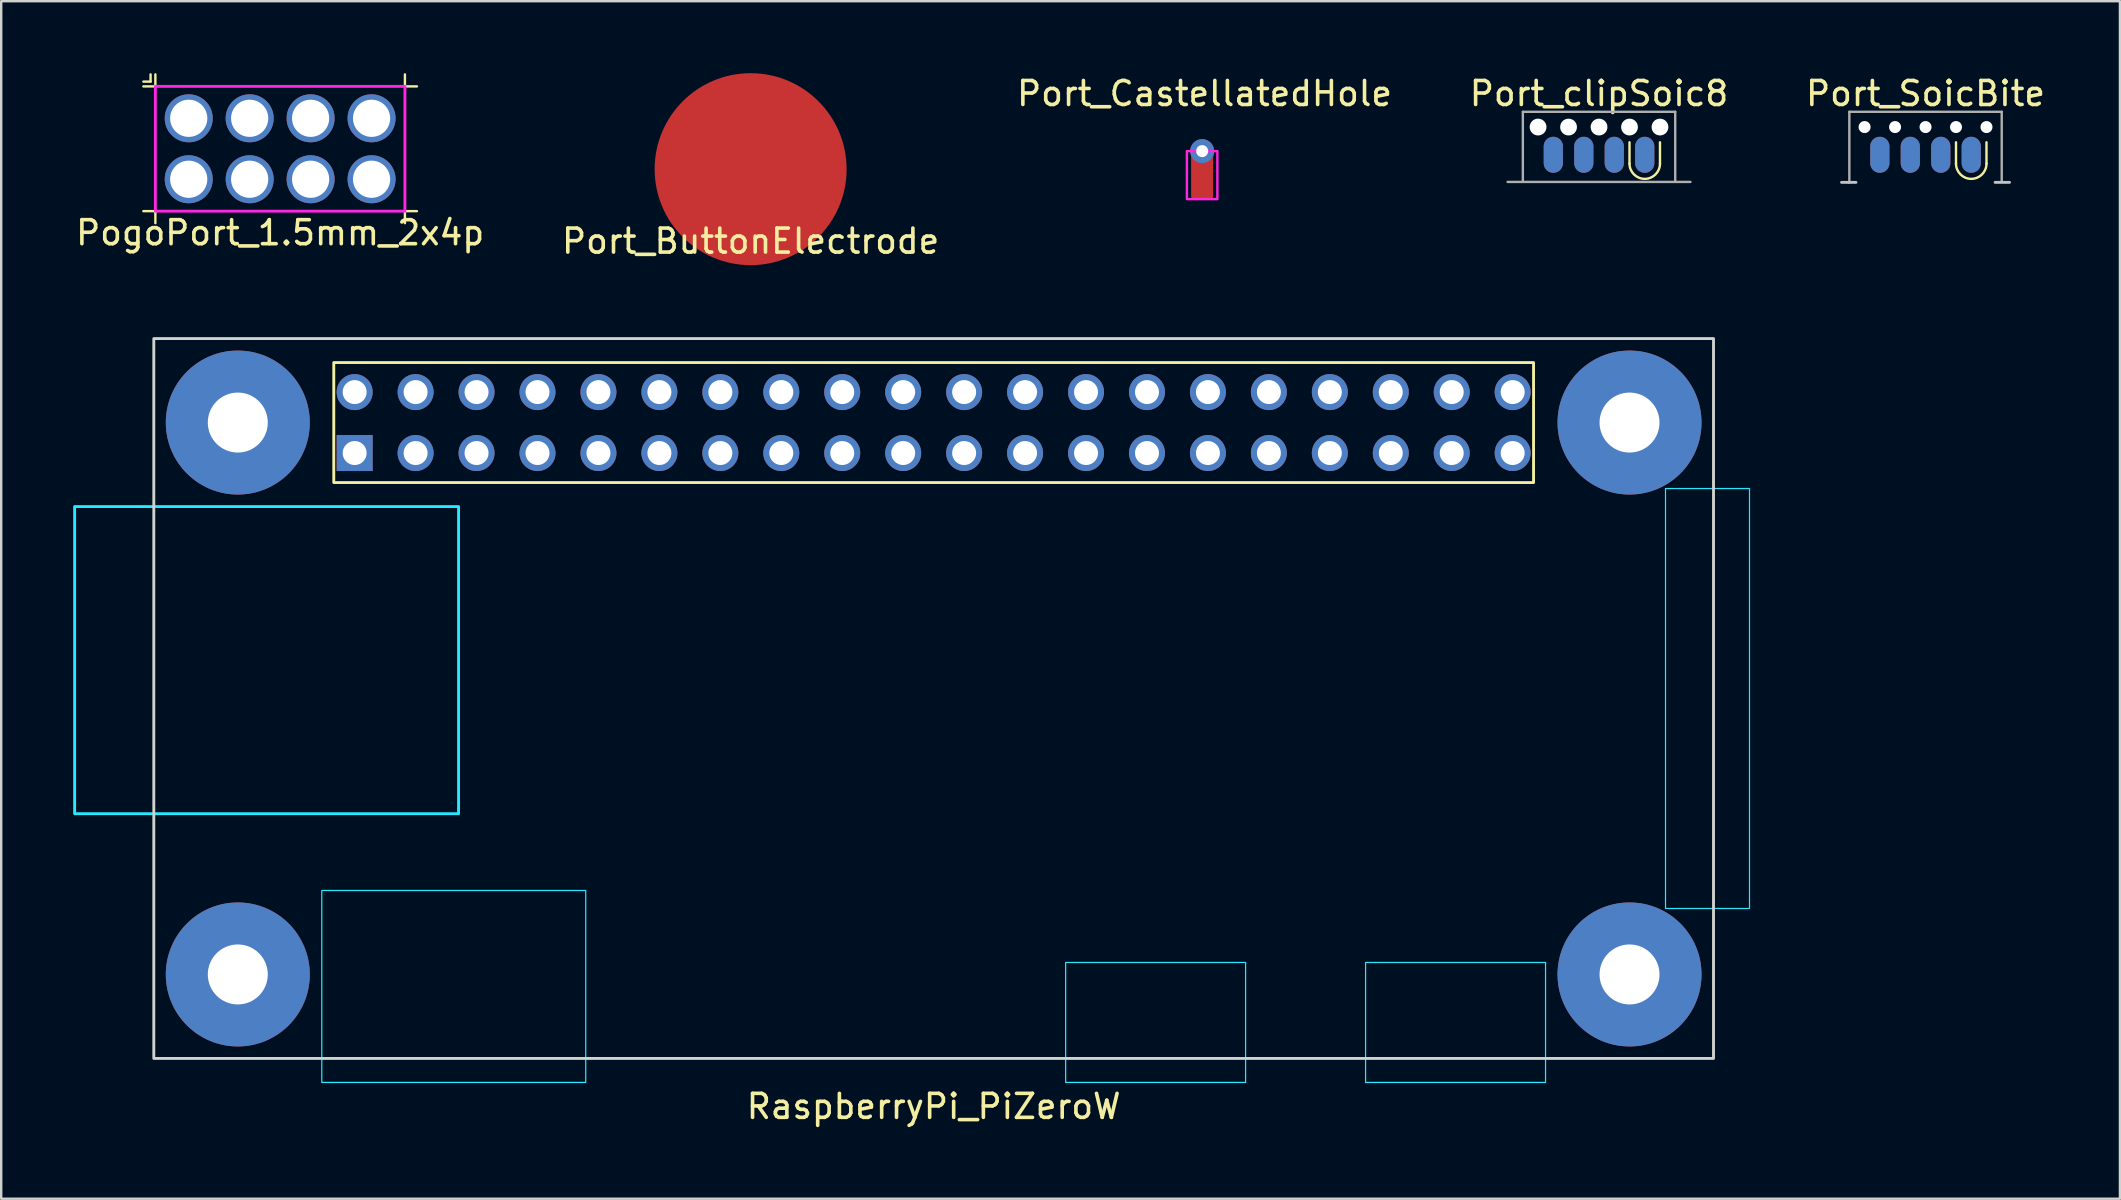
<source format=kicad_pcb>
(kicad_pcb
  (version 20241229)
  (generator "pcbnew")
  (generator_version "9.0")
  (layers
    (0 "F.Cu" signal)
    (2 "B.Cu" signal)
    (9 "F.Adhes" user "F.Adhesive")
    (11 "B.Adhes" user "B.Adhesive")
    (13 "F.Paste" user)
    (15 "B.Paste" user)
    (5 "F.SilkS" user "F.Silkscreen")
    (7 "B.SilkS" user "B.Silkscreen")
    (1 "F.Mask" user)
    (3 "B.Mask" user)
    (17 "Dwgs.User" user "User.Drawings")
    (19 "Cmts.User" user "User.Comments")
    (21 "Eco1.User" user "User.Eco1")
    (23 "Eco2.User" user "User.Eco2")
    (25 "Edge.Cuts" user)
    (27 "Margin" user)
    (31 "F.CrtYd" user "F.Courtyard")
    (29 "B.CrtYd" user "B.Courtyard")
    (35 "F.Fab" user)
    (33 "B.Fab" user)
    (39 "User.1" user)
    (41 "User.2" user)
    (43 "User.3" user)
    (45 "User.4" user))
  (footprint "Port_clipSoic8"
    (layer "F.Cu")
    (at 63.589 4.15)
    (property "Reference" "Port_clipSoic8" (at 0 -3.302 0) (layer "F.SilkS") (effects (font (size 1 1) (thickness 0.15))))
    (attr through_hole)
    (fp_line (start 1.27 -0.381) (end 1.27 -1.27) (stroke (width 0.1) (type solid)) (layer "F.SilkS"))
    (fp_line (start 2.54 -0.381) (end 2.54 -1.27) (stroke (width 0.1) (type solid)) (layer "F.SilkS"))
    (fp_arc (start 2.54 -0.381) (mid 1.905 0.254) (end 1.27 -0.381) (stroke (width 0.1) (type solid)) (layer "F.SilkS"))
    (fp_line (start -3.81 0.381) (end 3.81 0.381) (stroke (width 0.1) (type solid)) (layer "F.Fab"))
    (fp_line (start -3.175 -2.54) (end -3.175 0.381) (stroke (width 0.1) (type solid)) (layer "F.Fab"))
    (fp_line (start 3.175 -2.54) (end -3.175 -2.54) (stroke (width 0.1) (type solid)) (layer "F.Fab"))
    (fp_line (start 3.175 0.381) (end 3.175 -2.54) (stroke (width 0.1) (type solid)) (layer "F.Fab"))
    (pad "" np_thru_hole circle (at -2.54 -1.905) (size 0.7 0.7) (drill 0.7) (layers "*.Cu" "*.Mask"))
    (pad "" np_thru_hole circle (at -1.27 -1.905) (size 0.7 0.7) (drill 0.7) (layers "*.Cu" "*.Mask"))
    (pad "" np_thru_hole circle (at 0 -1.905) (size 0.7 0.7) (drill 0.7) (layers "*.Cu" "*.Mask"))
    (pad "" np_thru_hole circle (at 1.27 -1.905) (size 0.7 0.7) (drill 0.7) (layers "*.Cu" "*.Mask"))
    (pad "" np_thru_hole circle (at 2.54 -1.905) (size 0.7 0.7) (drill 0.7) (layers "*.Cu" "*.Mask"))
    (pad "1" smd oval (at 1.905 -0.75) (size 0.8 1.5) (layers "F.Cu" "F.Mask"))
    (pad "2" smd oval (at 0.635 -0.75) (size 0.8 1.5) (layers "F.Cu" "F.Mask"))
    (pad "3" smd oval (at -0.635 -0.75) (size 0.8 1.5) (layers "F.Cu" "F.Mask"))
    (pad "4" smd oval (at -1.905 -0.75) (size 0.8 1.5) (layers "F.Cu" "F.Mask"))
    (pad "5" smd oval (at -1.905 -0.75) (size 0.8 1.5) (layers "B.Cu" "B.Mask"))
    (pad "6" smd oval (at -0.635 -0.75) (size 0.8 1.5) (layers "B.Cu" "B.Mask"))
    (pad "7" smd oval (at 0.635 -0.75) (size 0.8 1.5) (layers "B.Cu" "B.Mask"))
    (pad "8" smd oval (at 1.905 -0.75) (size 0.8 1.5) (layers "B.Cu" "B.Mask")))
  (footprint "RaspberryPi_PiZeroW"
    (layer "F.Cu")
    (at 35.86 26.06)
    (property "Reference" "RaspberryPi_PiZeroW" (at 0 17 0) (unlocked yes) (layer "F.SilkS") (effects (font (size 1 1) (thickness 0.15))))
    (attr smd)
    (fp_rect (start -25 -14) (end 25 -9) (stroke (width 0.12) (type solid)) (fill no) (layer "F.SilkS"))
    (fp_rect (start 32.5 15) (end -32.5 -15) (stroke (width 0.12) (type solid)) (fill no) (layer "Edge.Cuts"))
    (fp_rect (start -35.8 -8) (end -19.8 4.8) (stroke (width 0.12) (type solid)) (fill no) (layer "B.CrtYd"))
    (fp_rect (start -25.5 8) (end -14.5 16) (stroke (width 0.05) (type solid)) (fill no) (layer "B.CrtYd"))
    (fp_rect (start 5.5 11) (end 13 16) (stroke (width 0.05) (type solid)) (fill no) (layer "B.CrtYd"))
    (fp_rect (start 18 11) (end 25.5 16) (stroke (width 0.05) (type solid)) (fill no) (layer "B.CrtYd"))
    (fp_rect (start 34 -8.75) (end 30.5 8.75) (stroke (width 0.05) (type solid)) (fill no) (layer "B.CrtYd"))
    (pad "" np_thru_hole circle (at -29 -11.5) (size 6 6) (drill 2.5) (layers "*.Cu" "*.Mask"))
    (pad "" np_thru_hole circle (at -29 11.5) (size 6 6) (drill 2.5) (layers "*.Cu" "*.Mask"))
    (pad "" np_thru_hole circle (at 29 -11.5) (size 6 6) (drill 2.5) (layers "*.Cu" "*.Mask"))
    (pad "" np_thru_hole circle (at 29 11.5) (size 6 6) (drill 2.5) (layers "*.Cu" "*.Mask"))
    (pad "1" thru_hole rect (at -24.13 -10.23) (size 1.5 1.5) (drill 1) (layers "*.Cu" "*.Mask"))
    (pad "2" thru_hole circle (at -24.13 -12.77) (size 1.5 1.5) (drill 1) (layers "*.Cu" "*.Mask"))
    (pad "3" thru_hole circle (at -21.59 -10.23) (size 1.5 1.5) (drill 1) (layers "*.Cu" "*.Mask"))
    (pad "4" thru_hole circle (at -21.59 -12.77) (size 1.5 1.5) (drill 1) (layers "*.Cu" "*.Mask"))
    (pad "5" thru_hole circle (at -19.05 -10.23) (size 1.5 1.5) (drill 1) (layers "*.Cu" "*.Mask"))
    (pad "6" thru_hole circle (at -19.05 -12.77) (size 1.5 1.5) (drill 1) (layers "*.Cu" "*.Mask"))
    (pad "7" thru_hole circle (at -16.51 -10.23) (size 1.5 1.5) (drill 1) (layers "*.Cu" "*.Mask"))
    (pad "8" thru_hole circle (at -16.51 -12.77) (size 1.5 1.5) (drill 1) (layers "*.Cu" "*.Mask"))
    (pad "9" thru_hole circle (at -13.97 -10.23) (size 1.5 1.5) (drill 1) (layers "*.Cu" "*.Mask"))
    (pad "10" thru_hole circle (at -13.97 -12.77) (size 1.5 1.5) (drill 1) (layers "*.Cu" "*.Mask"))
    (pad "11" thru_hole circle (at -11.43 -10.23) (size 1.5 1.5) (drill 1) (layers "*.Cu" "*.Mask"))
    (pad "12" thru_hole circle (at -11.43 -12.77) (size 1.5 1.5) (drill 1) (layers "*.Cu" "*.Mask"))
    (pad "13" thru_hole circle (at -8.89 -10.23) (size 1.5 1.5) (drill 1) (layers "*.Cu" "*.Mask"))
    (pad "14" thru_hole circle (at -8.89 -12.77) (size 1.5 1.5) (drill 1) (layers "*.Cu" "*.Mask"))
    (pad "15" thru_hole circle (at -6.35 -10.23) (size 1.5 1.5) (drill 1) (layers "*.Cu" "*.Mask"))
    (pad "16" thru_hole circle (at -6.35 -12.77) (size 1.5 1.5) (drill 1) (layers "*.Cu" "*.Mask"))
    (pad "17" thru_hole circle (at -3.81 -10.23) (size 1.5 1.5) (drill 1) (layers "*.Cu" "*.Mask"))
    (pad "18" thru_hole circle (at -3.81 -12.77) (size 1.5 1.5) (drill 1) (layers "*.Cu" "*.Mask"))
    (pad "19" thru_hole circle (at -1.27 -10.23) (size 1.5 1.5) (drill 1) (layers "*.Cu" "*.Mask"))
    (pad "20" thru_hole circle (at -1.27 -12.77) (size 1.5 1.5) (drill 1) (layers "*.Cu" "*.Mask"))
    (pad "21" thru_hole circle (at 1.27 -10.23) (size 1.5 1.5) (drill 1) (layers "*.Cu" "*.Mask"))
    (pad "22" thru_hole circle (at 1.27 -12.77) (size 1.5 1.5) (drill 1) (layers "*.Cu" "*.Mask"))
    (pad "23" thru_hole circle (at 3.81 -10.23) (size 1.5 1.5) (drill 1) (layers "*.Cu" "*.Mask"))
    (pad "24" thru_hole circle (at 3.81 -12.77) (size 1.5 1.5) (drill 1) (layers "*.Cu" "*.Mask"))
    (pad "25" thru_hole circle (at 6.35 -10.23) (size 1.5 1.5) (drill 1) (layers "*.Cu" "*.Mask"))
    (pad "26" thru_hole circle (at 6.35 -12.77) (size 1.5 1.5) (drill 1) (layers "*.Cu" "*.Mask"))
    (pad "27" thru_hole circle (at 8.89 -10.23) (size 1.5 1.5) (drill 1) (layers "*.Cu" "*.Mask"))
    (pad "28" thru_hole circle (at 8.89 -12.77) (size 1.5 1.5) (drill 1) (layers "*.Cu" "*.Mask"))
    (pad "29" thru_hole circle (at 11.43 -10.23) (size 1.5 1.5) (drill 1) (layers "*.Cu" "*.Mask"))
    (pad "30" thru_hole circle (at 11.43 -12.77) (size 1.5 1.5) (drill 1) (layers "*.Cu" "*.Mask"))
    (pad "31" thru_hole circle (at 13.97 -10.23) (size 1.5 1.5) (drill 1) (layers "*.Cu" "*.Mask"))
    (pad "32" thru_hole circle (at 13.97 -12.77) (size 1.5 1.5) (drill 1) (layers "*.Cu" "*.Mask"))
    (pad "33" thru_hole circle (at 16.51 -10.23) (size 1.5 1.5) (drill 1) (layers "*.Cu" "*.Mask"))
    (pad "34" thru_hole circle (at 16.51 -12.77) (size 1.5 1.5) (drill 1) (layers "*.Cu" "*.Mask"))
    (pad "35" thru_hole circle (at 19.05 -10.23) (size 1.5 1.5) (drill 1) (layers "*.Cu" "*.Mask"))
    (pad "36" thru_hole circle (at 19.05 -12.77) (size 1.5 1.5) (drill 1) (layers "*.Cu" "*.Mask"))
    (pad "37" thru_hole circle (at 21.59 -10.23) (size 1.5 1.5) (drill 1) (layers "*.Cu" "*.Mask"))
    (pad "38" thru_hole circle (at 21.59 -12.77) (size 1.5 1.5) (drill 1) (layers "*.Cu" "*.Mask"))
    (pad "39" thru_hole circle (at 24.13 -10.23) (size 1.5 1.5) (drill 1) (layers "*.Cu" "*.Mask"))
    (pad "40" thru_hole circle (at 24.13 -12.77) (size 1.5 1.5) (drill 1) (layers "*.Cu" "*.Mask")))
  (footprint "PogoPort_1.5mm_2x4p"
    (layer "F.Cu")
    (at 8.625 3.15)
    (property "Reference" "PogoPort_1.5mm_2x4p" (at 0 3.5 0) (unlocked yes) (layer "F.SilkS") (effects (font (size 1 1) (thickness 0.15))))
    (attr through_hole)
    (fp_line (start -5.7 -2.8) (end -5.4 -2.8) (stroke (width 0.1) (type default)) (layer "F.SilkS"))
    (fp_line (start -5.4 -2.8) (end -5.4 -3.1) (stroke (width 0.1) (type default)) (layer "F.SilkS"))
    (fp_line (start -5.2 -2.6) (end -5.7 -2.6) (stroke (width 0.1) (type default)) (layer "F.SilkS"))
    (fp_line (start -5.2 -2.6) (end -5.2 -3.1) (stroke (width 0.1) (type default)) (layer "F.SilkS"))
    (fp_line (start -5.2 2.6) (end -5.7 2.6) (stroke (width 0.1) (type default)) (layer "F.SilkS"))
    (fp_line (start -5.2 2.6) (end -5.2 3.1) (stroke (width 0.1) (type default)) (layer "F.SilkS"))
    (fp_line (start 5.2 -2.6) (end 5.2 -3.1) (stroke (width 0.1) (type default)) (layer "F.SilkS"))
    (fp_line (start 5.2 -2.6) (end 5.7 -2.6) (stroke (width 0.1) (type default)) (layer "F.SilkS"))
    (fp_line (start 5.2 2.6) (end 5.2 3.1) (stroke (width 0.1) (type default)) (layer "F.SilkS"))
    (fp_line (start 5.2 2.6) (end 5.7 2.6) (stroke (width 0.1) (type default)) (layer "F.SilkS"))
    (fp_rect (start -5.2 -2.6) (end 5.2 2.6) (stroke (width 0.12) (type solid)) (fill no) (layer "F.CrtYd"))
    (pad "1" thru_hole circle (at -3.81 -1.27) (size 2 2) (drill 1.55) (layers "*.Cu" "*.Mask"))
    (pad "2" thru_hole circle (at -1.27 -1.27) (size 2 2) (drill 1.55) (layers "*.Cu" "*.Mask"))
    (pad "3" thru_hole circle (at 1.27 -1.27) (size 2 2) (drill 1.55) (layers "*.Cu" "*.Mask"))
    (pad "4" thru_hole circle (at 3.81 -1.27) (size 2 2) (drill 1.55) (layers "*.Cu" "*.Mask"))
    (pad "5" thru_hole circle (at -3.81 1.27) (size 2 2) (drill 1.55) (layers "*.Cu" "*.Mask"))
    (pad "6" thru_hole circle (at -1.27 1.27) (size 2 2) (drill 1.55) (layers "*.Cu" "*.Mask"))
    (pad "7" thru_hole circle (at 1.27 1.27) (size 2 2) (drill 1.55) (layers "*.Cu" "*.Mask"))
    (pad "8" thru_hole circle (at 3.81 1.27) (size 2 2) (drill 1.55) (layers "*.Cu" "*.Mask")))
  (footprint "Port_ButtonElectrode"
    (layer "F.Cu")
    (at 28.232 4)
    (property "Reference" "Port_ButtonElectrode" (at 0 3 0) (unlocked yes) (layer "F.SilkS") (effects (font (size 1 1) (thickness 0.15))))
    (attr smd)
    (pad "1" smd circle (at 0 0) (size 8 8) (layers "F.Cu" "F.Mask" "F.Paste")))
  (footprint "Port_SoicBite"
    (layer "F.Cu")
    (at 77.196 4.15)
    (property "Reference" "Port_SoicBite" (at 0 -3.302 0) (layer "F.SilkS") (effects (font (size 1 1) (thickness 0.15))))
    (attr through_hole)
    (fp_line (start 1.27 -0.381) (end 1.27 -1.27) (stroke (width 0.1) (type solid)) (layer "F.SilkS"))
    (fp_line (start 2.54 -0.381) (end 2.54 -1.27) (stroke (width 0.1) (type solid)) (layer "F.SilkS"))
    (fp_arc (start 2.54 -0.381) (mid 1.905 0.254) (end 1.27 -0.381) (stroke (width 0.1) (type solid)) (layer "F.SilkS"))
    (fp_line (start -3.2 0.4) (end -3.5 0.4) (stroke (width 0.12) (type solid)) (layer "Dwgs.User"))
    (fp_line (start -3.2 0.4) (end -2.9 0.4) (stroke (width 0.12) (type solid)) (layer "Dwgs.User"))
    (fp_line (start 2.9 0.4) (end 3.5 0.4) (stroke (width 0.12) (type solid)) (layer "Dwgs.User"))
    (fp_line (start -3.175 -2.54) (end -3.175 0.381) (stroke (width 0.1) (type solid)) (layer "F.Fab"))
    (fp_line (start 3.175 -2.54) (end -3.175 -2.54) (stroke (width 0.1) (type solid)) (layer "F.Fab"))
    (fp_line (start 3.175 0.381) (end 3.175 -2.54) (stroke (width 0.1) (type solid)) (layer "F.Fab"))
    (pad "" np_thru_hole circle (at -2.54 -1.905) (size 0.5 0.5) (drill 0.5) (layers "*.Cu" "*.Mask"))
    (pad "" np_thru_hole circle (at -1.27 -1.905) (size 0.5 0.5) (drill 0.5) (layers "*.Cu" "*.Mask"))
    (pad "" np_thru_hole circle (at 0 -1.905) (size 0.5 0.5) (drill 0.5) (layers "*.Cu" "*.Mask"))
    (pad "" np_thru_hole circle (at 1.27 -1.905) (size 0.5 0.5) (drill 0.5) (layers "*.Cu" "*.Mask"))
    (pad "" np_thru_hole circle (at 2.54 -1.905) (size 0.5 0.5) (drill 0.5) (layers "*.Cu" "*.Mask"))
    (pad "1" smd oval (at 1.905 -0.75) (size 0.8 1.5) (layers "F.Cu" "F.Mask"))
    (pad "2" smd oval (at 0.635 -0.75) (size 0.8 1.5) (layers "F.Cu" "F.Mask"))
    (pad "3" smd oval (at -0.635 -0.75) (size 0.8 1.5) (layers "F.Cu" "F.Mask"))
    (pad "4" smd oval (at -1.905 -0.75) (size 0.8 1.5) (layers "F.Cu" "F.Mask"))
    (pad "5" smd oval (at -1.905 -0.75) (size 0.8 1.5) (layers "B.Cu" "B.Mask"))
    (pad "6" smd oval (at -0.635 -0.75) (size 0.8 1.5) (layers "B.Cu" "B.Mask"))
    (pad "7" smd oval (at 0.635 -0.75) (size 0.8 1.5) (layers "B.Cu" "B.Mask"))
    (pad "8" smd oval (at 1.905 -0.75) (size 0.8 1.5) (layers "B.Cu" "B.Mask")))
  (footprint "Port_CastellatedHole"
    (layer "F.Cu")
    (at 47.049 3.248)
    (property "Reference" "Port_CastellatedHole" (at 0.1 -2.4 0) (unlocked yes) (layer "F.SilkS") (effects (font (size 1 1) (thickness 0.15))))
    (attr through_hole)
    (fp_rect (start -0.4 0.1) (end 0.4 1.9) (stroke (width 0.12) (type solid)) (fill yes) (layer "F.Cu"))
    (fp_rect (start -0.635 0) (end 0.635 2) (stroke (width 0.1) (type solid)) (fill no) (layer "F.CrtYd"))
    (pad "1" thru_hole circle (at 0 0) (size 1 1) (drill 0.5) (layers "*.Cu" "*.Mask"))
    (zone (net_name "") (layer "F.SilkS") (name "Removal") (hatch edge 0.508) (connect_pads) (min_thickness 0.254) (filled_areas_thickness no) (keepout (tracks not_allowed) (vias not_allowed) (pads not_allowed) (copperpour not_allowed) (footprints not_allowed)) (placement (enabled no)) (fill) (polygon (pts (xy 47.649 3.248) (xy 46.449 3.248) (xy 46.449 2.248) (xy 47.649 2.248)))))
  (gr_rect
    (start -3 -3)
    (end 85.298 46.908)
    (stroke (width 0.1) (type default))
    (fill no)
    (layer "Edge.Cuts")))
</source>
